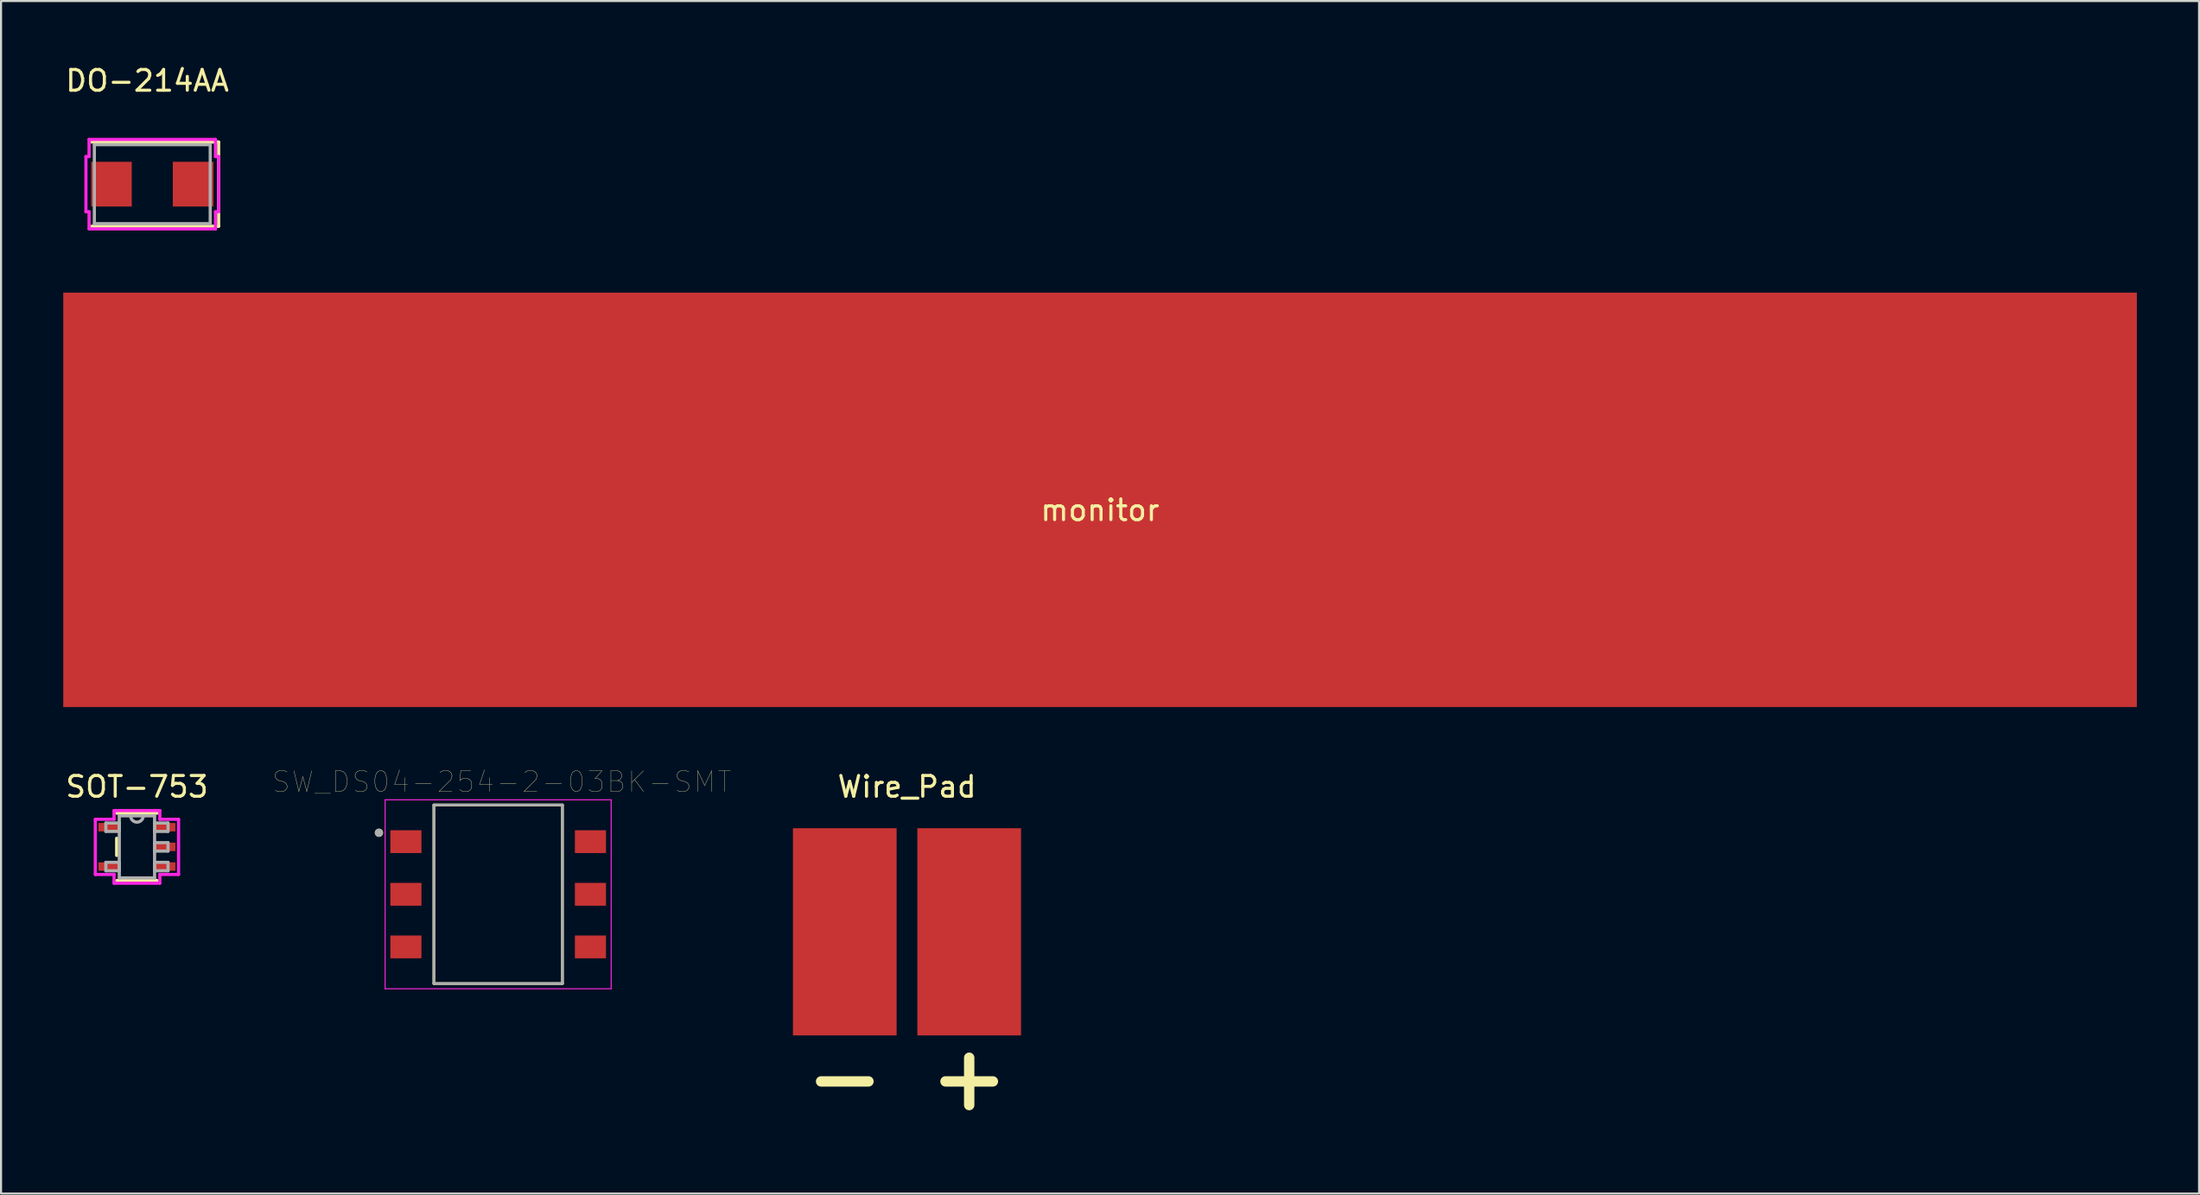
<source format=kicad_pcb>
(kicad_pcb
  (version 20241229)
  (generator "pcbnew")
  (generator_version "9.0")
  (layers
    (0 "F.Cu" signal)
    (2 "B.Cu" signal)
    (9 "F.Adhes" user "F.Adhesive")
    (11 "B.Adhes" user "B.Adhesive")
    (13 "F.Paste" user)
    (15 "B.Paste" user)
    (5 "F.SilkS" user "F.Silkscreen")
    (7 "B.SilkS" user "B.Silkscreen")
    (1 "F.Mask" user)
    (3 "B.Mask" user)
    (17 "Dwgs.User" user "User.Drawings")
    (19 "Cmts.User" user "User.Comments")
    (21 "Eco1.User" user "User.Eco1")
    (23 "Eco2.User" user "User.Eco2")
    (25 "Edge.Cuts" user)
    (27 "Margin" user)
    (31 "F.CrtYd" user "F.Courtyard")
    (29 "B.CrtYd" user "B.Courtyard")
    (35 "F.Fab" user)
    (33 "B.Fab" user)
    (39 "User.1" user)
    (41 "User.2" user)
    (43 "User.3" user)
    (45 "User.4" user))
  (footprint "DO-214AA"
    (layer "F.Cu")
    (at 4.294 5.838)
    (property "Reference" "DO-214AA" (at -0.24 -4.99 0) (layer "F.SilkS") (effects (font (size 1 1) (thickness 0.15))))
    (attr through_hole)
    (fp_line (start -2.921 2.032) (end 3.2 2.032) (stroke (width 0.152) (type solid)) (layer "F.SilkS"))
    (fp_line (start 3.2 -2.032) (end -2.921 -2.032) (stroke (width 0.152) (type solid)) (layer "F.SilkS"))
    (fp_line (start 3.2 -2.032) (end 3.2 2.032) (stroke (width 0.152) (type solid)) (layer "F.SilkS"))
    (fp_line (start -3.2 -1.333) (end -3.048 -1.333) (stroke (width 0.152) (type solid)) (layer "F.CrtYd"))
    (fp_line (start -3.2 1.333) (end -3.2 -1.333) (stroke (width 0.152) (type solid)) (layer "F.CrtYd"))
    (fp_line (start -3.048 -2.159) (end 3.048 -2.159) (stroke (width 0.152) (type solid)) (layer "F.CrtYd"))
    (fp_line (start -3.048 -1.333) (end -3.048 -2.159) (stroke (width 0.152) (type solid)) (layer "F.CrtYd"))
    (fp_line (start -3.048 1.333) (end -3.2 1.333) (stroke (width 0.152) (type solid)) (layer "F.CrtYd"))
    (fp_line (start -3.048 2.159) (end -3.048 1.333) (stroke (width 0.152) (type solid)) (layer "F.CrtYd"))
    (fp_line (start 3.048 -2.159) (end 3.048 -1.333) (stroke (width 0.152) (type solid)) (layer "F.CrtYd"))
    (fp_line (start 3.048 -1.333) (end 3.2 -1.333) (stroke (width 0.152) (type solid)) (layer "F.CrtYd"))
    (fp_line (start 3.048 1.333) (end 3.048 2.159) (stroke (width 0.152) (type solid)) (layer "F.CrtYd"))
    (fp_line (start 3.048 2.159) (end -3.048 2.159) (stroke (width 0.152) (type solid)) (layer "F.CrtYd"))
    (fp_line (start 3.2 -1.333) (end 3.2 1.333) (stroke (width 0.152) (type solid)) (layer "F.CrtYd"))
    (fp_line (start 3.2 1.333) (end 3.048 1.333) (stroke (width 0.152) (type solid)) (layer "F.CrtYd"))
    (fp_line (start -2.794 -1.905) (end -2.794 1.905) (stroke (width 0.152) (type solid)) (layer "F.Fab"))
    (fp_line (start -2.794 1.905) (end 2.794 1.905) (stroke (width 0.152) (type solid)) (layer "F.Fab"))
    (fp_line (start 2.794 -1.905) (end -2.794 -1.905) (stroke (width 0.152) (type solid)) (layer "F.Fab"))
    (fp_line (start 2.794 1.905) (end 2.794 -1.905) (stroke (width 0.152) (type solid)) (layer "F.Fab"))
    (pad "A" smd rect (at -1.968 0 90) (size 2.159 1.956) (layers "F.Cu" "F.Mask" "F.Paste"))
    (pad "K" smd rect (at 1.968 0 90) (size 2.159 1.956) (layers "F.Cu" "F.Mask" "F.Paste")))
  (footprint "Wire_Pad"
    (layer "F.Cu")
    (at 40.69 36.922)
    (property "Reference" "Wire_Pad" (at 0 -2 0) (layer "F.SilkS") (effects (font (size 1 1) (thickness 0.15))))
    (attr through_hole)
    (fp_text user "+" (at 3 12 0) (layer "F.SilkS") (effects (font (size 3 3) (thickness 0.5))))
    (fp_text user "-" (at -3 12 0) (layer "F.SilkS") (effects (font (size 3 3) (thickness 0.5))))
    (pad "1" smd rect (at -3 5) (size 5 10) (layers "F.Cu" "F.Mask" "F.Paste"))
    (pad "2" smd rect (at 3 5) (size 5 10) (layers "F.Cu" "F.Mask" "F.Paste")))
  (footprint "SW_DS04-254-2-03BK-SMT"
    (layer "F.Cu")
    (at 20.974 40.11)
    (property "Reference" "SW_DS04-254-2-03BK-SMT" (at 0.175 -5.425 0) (layer "F.SilkS") (effects (font (size 1 1) (thickness 0.015))))
    (attr through_hole)
    (fp_line (start -3.1 -4.31) (end 3.1 -4.31) (stroke (width 0.127) (type solid)) (layer "F.SilkS"))
    (fp_line (start -3.1 4.31) (end -3.1 -4.31) (stroke (width 0.127) (type solid)) (layer "F.SilkS"))
    (fp_line (start 3.1 -4.31) (end 3.1 4.31) (stroke (width 0.127) (type solid)) (layer "F.SilkS"))
    (fp_line (start 3.1 4.31) (end -3.1 4.31) (stroke (width 0.127) (type solid)) (layer "F.SilkS"))
    (fp_circle (center -5.75 -2.97) (end -5.65 -2.97) (stroke (width 0.2) (type solid)) (fill no) (layer "F.SilkS"))
    (fp_line (start -5.45 -4.56) (end -5.45 4.56) (stroke (width 0.05) (type solid)) (layer "F.CrtYd"))
    (fp_line (start -5.45 4.56) (end 5.45 4.56) (stroke (width 0.05) (type solid)) (layer "F.CrtYd"))
    (fp_line (start 5.45 -4.56) (end -5.45 -4.56) (stroke (width 0.05) (type solid)) (layer "F.CrtYd"))
    (fp_line (start 5.45 4.56) (end 5.45 -4.56) (stroke (width 0.05) (type solid)) (layer "F.CrtYd"))
    (fp_line (start -3.1 -4.31) (end 3.1 -4.31) (stroke (width 0.127) (type solid)) (layer "F.Fab"))
    (fp_line (start -3.1 4.31) (end -3.1 -4.31) (stroke (width 0.127) (type solid)) (layer "F.Fab"))
    (fp_line (start 3.1 -4.31) (end 3.1 4.31) (stroke (width 0.127) (type solid)) (layer "F.Fab"))
    (fp_line (start 3.1 4.31) (end -3.1 4.31) (stroke (width 0.127) (type solid)) (layer "F.Fab"))
    (fp_circle (center -5.75 -2.97) (end -5.65 -2.97) (stroke (width 0.2) (type solid)) (fill no) (layer "F.Fab"))
    (pad "1A" smd rect (at -4.45 -2.54) (size 1.5 1.1) (layers "F.Cu" "F.Mask" "F.Paste"))
    (pad "1B" smd rect (at 4.45 -2.54) (size 1.5 1.1) (layers "F.Cu" "F.Mask" "F.Paste"))
    (pad "2A" smd rect (at -4.45 0) (size 1.5 1.1) (layers "F.Cu" "F.Mask" "F.Paste"))
    (pad "2B" smd rect (at 4.45 0) (size 1.5 1.1) (layers "F.Cu" "F.Mask" "F.Paste"))
    (pad "3A" smd rect (at -4.45 2.54) (size 1.5 1.1) (layers "F.Cu" "F.Mask" "F.Paste"))
    (pad "3B" smd rect (at 4.45 2.54) (size 1.5 1.1) (layers "F.Cu" "F.Mask" "F.Paste")))
  (footprint "monitor"
    (layer "F.Cu")
    (at 50 21.073)
    (property "Reference" "monitor" (at 0 0.5 0) (layer "F.SilkS") (effects (font (size 1 1) (thickness 0.15))))
    (attr through_hole)
    (pad "1" smd rect (at 0 0) (size 100 20) (layers "F.Cu" "F.Mask" "F.Paste")))
  (footprint "SOT-753"
    (layer "F.Cu")
    (at 3.554 37.822)
    (property "Reference" "SOT-753" (at 0 -2.9 0) (layer "F.SilkS") (effects (font (size 1 1) (thickness 0.15))))
    (attr through_hole)
    (fp_line (start -0.978 -0.414) (end -0.978 0.414) (stroke (width 0.152) (type solid)) (layer "F.SilkS"))
    (fp_line (start -0.978 1.626) (end 0.978 1.626) (stroke (width 0.152) (type solid)) (layer "F.SilkS"))
    (fp_line (start 0.978 -1.626) (end -0.978 -1.626) (stroke (width 0.152) (type solid)) (layer "F.SilkS"))
    (fp_line (start -2.007 -1.331) (end -1.105 -1.331) (stroke (width 0.152) (type solid)) (layer "F.CrtYd"))
    (fp_line (start -2.007 1.331) (end -2.007 -1.331) (stroke (width 0.152) (type solid)) (layer "F.CrtYd"))
    (fp_line (start -1.105 -1.753) (end 1.105 -1.753) (stroke (width 0.152) (type solid)) (layer "F.CrtYd"))
    (fp_line (start -1.105 -1.331) (end -1.105 -1.753) (stroke (width 0.152) (type solid)) (layer "F.CrtYd"))
    (fp_line (start -1.105 1.331) (end -2.007 1.331) (stroke (width 0.152) (type solid)) (layer "F.CrtYd"))
    (fp_line (start -1.105 1.753) (end -1.105 1.331) (stroke (width 0.152) (type solid)) (layer "F.CrtYd"))
    (fp_line (start 1.105 -1.753) (end 1.105 -1.331) (stroke (width 0.152) (type solid)) (layer "F.CrtYd"))
    (fp_line (start 1.105 -1.331) (end 2.007 -1.331) (stroke (width 0.152) (type solid)) (layer "F.CrtYd"))
    (fp_line (start 1.105 1.331) (end 1.105 1.753) (stroke (width 0.152) (type solid)) (layer "F.CrtYd"))
    (fp_line (start 1.105 1.753) (end -1.105 1.753) (stroke (width 0.152) (type solid)) (layer "F.CrtYd"))
    (fp_line (start 2.007 -1.331) (end 2.007 1.331) (stroke (width 0.152) (type solid)) (layer "F.CrtYd"))
    (fp_line (start 2.007 1.331) (end 1.105 1.331) (stroke (width 0.152) (type solid)) (layer "F.CrtYd"))
    (fp_line (start -1.499 -1.153) (end -1.499 -0.747) (stroke (width 0.152) (type solid)) (layer "F.Fab"))
    (fp_line (start -1.499 -0.747) (end -0.851 -0.747) (stroke (width 0.152) (type solid)) (layer "F.Fab"))
    (fp_line (start -1.499 0.747) (end -1.499 1.153) (stroke (width 0.152) (type solid)) (layer "F.Fab"))
    (fp_line (start -1.499 1.153) (end -0.851 1.153) (stroke (width 0.152) (type solid)) (layer "F.Fab"))
    (fp_line (start -0.851 -1.499) (end -0.851 1.499) (stroke (width 0.152) (type solid)) (layer "F.Fab"))
    (fp_line (start -0.851 -1.153) (end -1.499 -1.153) (stroke (width 0.152) (type solid)) (layer "F.Fab"))
    (fp_line (start -0.851 -0.747) (end -0.851 -1.153) (stroke (width 0.152) (type solid)) (layer "F.Fab"))
    (fp_line (start -0.851 0.747) (end -1.499 0.747) (stroke (width 0.152) (type solid)) (layer "F.Fab"))
    (fp_line (start -0.851 1.153) (end -0.851 0.747) (stroke (width 0.152) (type solid)) (layer "F.Fab"))
    (fp_line (start -0.851 1.499) (end 0.851 1.499) (stroke (width 0.152) (type solid)) (layer "F.Fab"))
    (fp_line (start 0.851 -1.499) (end -0.851 -1.499) (stroke (width 0.152) (type solid)) (layer "F.Fab"))
    (fp_line (start 0.851 -1.153) (end 0.851 -0.747) (stroke (width 0.152) (type solid)) (layer "F.Fab"))
    (fp_line (start 0.851 -0.747) (end 1.499 -0.747) (stroke (width 0.152) (type solid)) (layer "F.Fab"))
    (fp_line (start 0.851 -0.203) (end 0.851 0.203) (stroke (width 0.152) (type solid)) (layer "F.Fab"))
    (fp_line (start 0.851 0.203) (end 1.499 0.203) (stroke (width 0.152) (type solid)) (layer "F.Fab"))
    (fp_line (start 0.851 0.747) (end 0.851 1.153) (stroke (width 0.152) (type solid)) (layer "F.Fab"))
    (fp_line (start 0.851 1.153) (end 1.499 1.153) (stroke (width 0.152) (type solid)) (layer "F.Fab"))
    (fp_line (start 0.851 1.499) (end 0.851 -1.499) (stroke (width 0.152) (type solid)) (layer "F.Fab"))
    (fp_line (start 1.499 -1.153) (end 0.851 -1.153) (stroke (width 0.152) (type solid)) (layer "F.Fab"))
    (fp_line (start 1.499 -0.747) (end 1.499 -1.153) (stroke (width 0.152) (type solid)) (layer "F.Fab"))
    (fp_line (start 1.499 -0.203) (end 0.851 -0.203) (stroke (width 0.152) (type solid)) (layer "F.Fab"))
    (fp_line (start 1.499 0.203) (end 1.499 -0.203) (stroke (width 0.152) (type solid)) (layer "F.Fab"))
    (fp_line (start 1.499 0.747) (end 0.851 0.747) (stroke (width 0.152) (type solid)) (layer "F.Fab"))
    (fp_line (start 1.499 1.153) (end 1.499 0.747) (stroke (width 0.152) (type solid)) (layer "F.Fab"))
    (fp_arc (start 0.3048 -1.4986) (mid 0 -1.1938) (end -0.3048 -1.4986) (stroke (width 0.1524) (type solid)) (layer "F.Fab"))
    (fp_text user "Copyright 2016 Accelerated Designs. All rights reserved." (at 0 0 0) (layer "Cmts.User") (effects (font (size 0.127 0.127) (thickness 0.002))))
    (pad "1" smd rect (at -1.353 -0.95) (size 1.003 0.406) (layers "F.Cu" "F.Mask" "F.Paste"))
    (pad "2" smd rect (at -1.353 0.95) (size 1.003 0.406) (layers "F.Cu" "F.Mask" "F.Paste"))
    (pad "3" smd rect (at 1.353 0.95) (size 1.003 0.406) (layers "F.Cu" "F.Mask" "F.Paste"))
    (pad "4" smd rect (at 1.353 0) (size 1.003 0.406) (layers "F.Cu" "F.Mask" "F.Paste"))
    (pad "5" smd rect (at 1.353 -0.95) (size 1.003 0.406) (layers "F.Cu" "F.Mask" "F.Paste")))
  (gr_rect
    (start -3 -3)
    (end 103 54.554)
    (stroke (width 0.1) (type default))
    (fill no)
    (layer "Edge.Cuts")))
</source>
